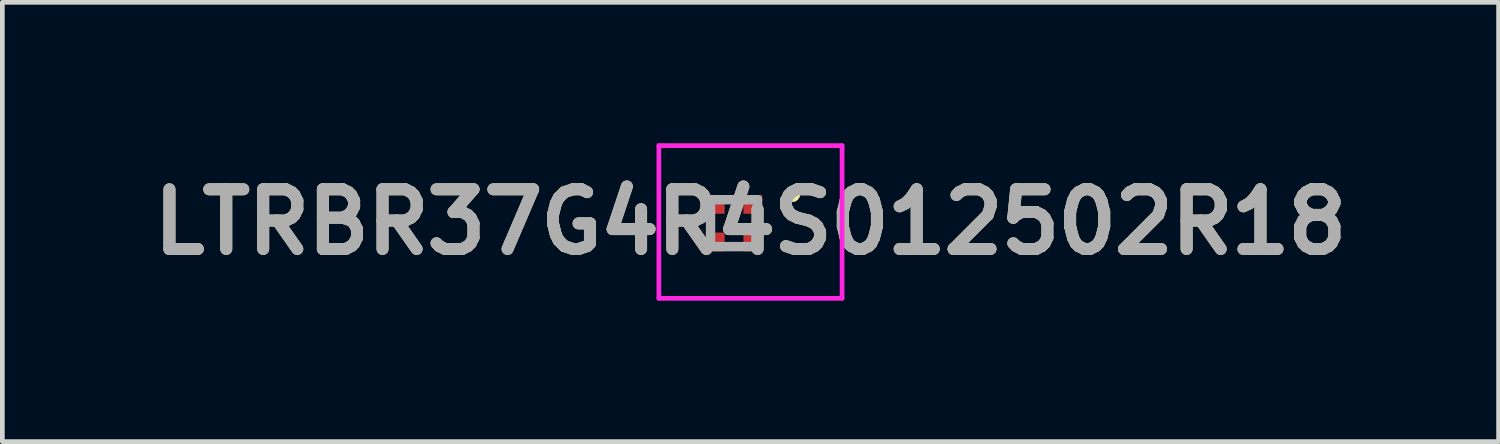
<source format=kicad_pcb>
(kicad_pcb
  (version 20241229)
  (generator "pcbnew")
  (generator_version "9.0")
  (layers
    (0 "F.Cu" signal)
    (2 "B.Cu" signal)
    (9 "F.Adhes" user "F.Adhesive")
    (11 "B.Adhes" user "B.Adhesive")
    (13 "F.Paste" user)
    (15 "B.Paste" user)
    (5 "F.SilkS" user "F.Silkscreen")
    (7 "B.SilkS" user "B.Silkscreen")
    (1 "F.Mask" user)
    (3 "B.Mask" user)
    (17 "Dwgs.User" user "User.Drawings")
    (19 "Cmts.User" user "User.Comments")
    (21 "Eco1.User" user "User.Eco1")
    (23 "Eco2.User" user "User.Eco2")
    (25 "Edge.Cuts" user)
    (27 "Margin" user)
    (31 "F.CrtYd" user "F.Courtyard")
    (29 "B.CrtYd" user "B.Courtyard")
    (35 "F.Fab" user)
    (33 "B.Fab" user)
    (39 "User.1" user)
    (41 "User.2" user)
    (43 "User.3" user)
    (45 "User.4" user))
  (footprint "LTRBR37G4R4S012502R18"
    (layer "F.Cu")
    (at 12.574 1.7)
    (property "Reference" "LTRBR37G4R4S012502R18" (at 0.35 -0.025 0) (layer "F.SilkS") (effects (font (size 1.27 1.27) (thickness 0.254))))
    (attr smd)
    (fp_line (start 1.2 -0.6) (end 1.2 -0.6) (stroke (width 0.2) (type solid)) (layer "F.SilkS"))
    (fp_line (start 1.3 -0.6) (end 1.3 -0.6) (stroke (width 0.2) (type solid)) (layer "F.SilkS"))
    (fp_arc (start 1.2 -0.6) (mid 1.25 -0.65) (end 1.3 -0.6) (stroke (width 0.2) (type solid)) (layer "F.SilkS"))
    (fp_arc (start 1.3 -0.6) (mid 1.25 -0.55) (end 1.2 -0.6) (stroke (width 0.2) (type solid)) (layer "F.SilkS"))
    (fp_line (start -1.6 -1.65) (end 2.3 -1.65) (stroke (width 0.1) (type solid)) (layer "F.CrtYd"))
    (fp_line (start -1.6 1.6) (end -1.6 -1.65) (stroke (width 0.1) (type solid)) (layer "F.CrtYd"))
    (fp_line (start 2.3 -1.65) (end 2.3 1.6) (stroke (width 0.1) (type solid)) (layer "F.CrtYd"))
    (fp_line (start 2.3 1.6) (end -1.6 1.6) (stroke (width 0.1) (type solid)) (layer "F.CrtYd"))
    (fp_line (start -0.5 -0.5) (end 0.5 -0.5) (stroke (width 0.2) (type solid)) (layer "F.Fab"))
    (fp_line (start -0.5 0.5) (end -0.5 -0.5) (stroke (width 0.2) (type solid)) (layer "F.Fab"))
    (fp_line (start 0.5 -0.5) (end 0.5 0.5) (stroke (width 0.2) (type solid)) (layer "F.Fab"))
    (fp_line (start 0.5 0.5) (end -0.5 0.5) (stroke (width 0.2) (type solid)) (layer "F.Fab"))
    (fp_text user "${REFERENCE}" (at 0.35 -0.025 0) (layer "F.Fab") (effects (font (size 1.27 1.27) (thickness 0.254))))
    (pad "1" smd rect (at 0.4 -0.4) (size 0.4 0.4) (layers "F.Cu" "F.Mask" "F.Paste"))
    (pad "2" smd rect (at -0.4 0.4) (size 0.4 0.4) (layers "F.Cu" "F.Mask" "F.Paste"))
    (pad "3" smd rect (at 0.4 0.4) (size 0.4 0.4) (layers "F.Cu" "F.Mask" "F.Paste"))
    (pad "4" smd rect (at -0.4 -0.4) (size 0.4 0.4) (layers "F.Cu" "F.Mask" "F.Paste")))
  (gr_rect
    (start -3 -3)
    (end 28.848 6.35)
    (stroke (width 0.1) (type default))
    (fill no)
    (layer "Edge.Cuts")))
</source>
